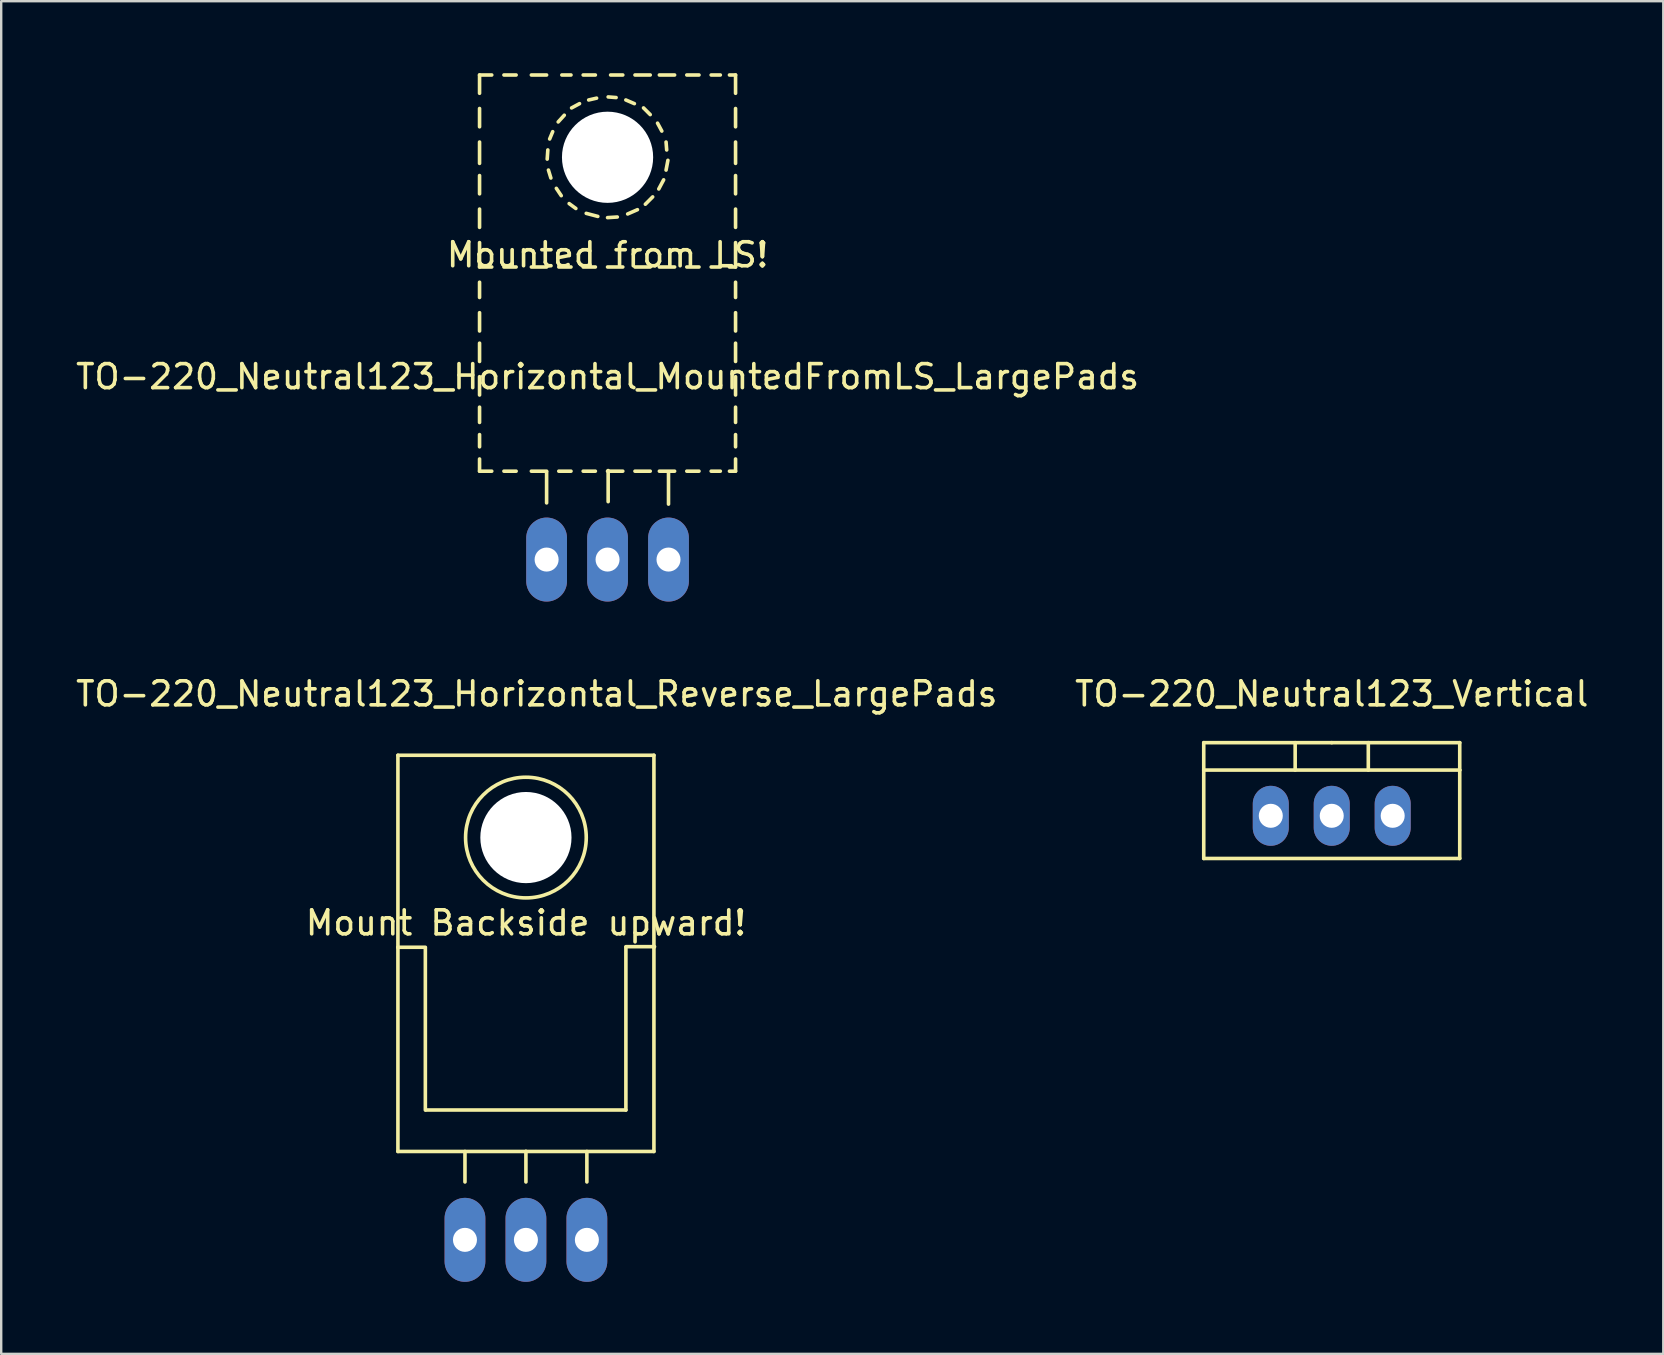
<source format=kicad_pcb>
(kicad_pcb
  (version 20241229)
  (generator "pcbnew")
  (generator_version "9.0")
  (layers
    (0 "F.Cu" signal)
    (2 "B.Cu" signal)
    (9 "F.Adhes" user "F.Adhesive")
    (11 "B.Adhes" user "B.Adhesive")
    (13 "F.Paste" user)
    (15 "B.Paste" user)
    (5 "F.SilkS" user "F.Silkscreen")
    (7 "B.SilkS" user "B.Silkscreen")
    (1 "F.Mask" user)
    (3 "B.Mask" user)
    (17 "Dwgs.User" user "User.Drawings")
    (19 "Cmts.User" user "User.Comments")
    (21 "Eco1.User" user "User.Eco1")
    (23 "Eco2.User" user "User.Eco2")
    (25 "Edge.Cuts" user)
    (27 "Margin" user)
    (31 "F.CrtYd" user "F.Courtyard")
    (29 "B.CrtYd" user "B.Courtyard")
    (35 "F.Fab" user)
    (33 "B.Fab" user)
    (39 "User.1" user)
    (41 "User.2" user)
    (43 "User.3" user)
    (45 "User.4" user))
  (footprint "TO-220_Neutral123_Horizontal_MountedFromLS_LargePads"
    (layer "F.Cu")
    (at 22.268 20.268)
    (property "Reference" "TO-220_Neutral123_Horizontal_MountedFromLS_LargePads" (at 0 -7.62 0) (layer "F.SilkS") (effects (font (size 1 1) (thickness 0.15))))
    (attr through_hole)
    (fp_line (start -5.334 -20.193) (end -5.334 -19.431) (stroke (width 0.15) (type solid)) (layer "F.SilkS"))
    (fp_line (start -5.334 -20.193) (end -4.826 -20.193) (stroke (width 0.15) (type solid)) (layer "F.SilkS"))
    (fp_line (start -5.334 -18.796) (end -5.334 -18.034) (stroke (width 0.15) (type solid)) (layer "F.SilkS"))
    (fp_line (start -5.334 -17.399) (end -5.334 -16.51) (stroke (width 0.15) (type solid)) (layer "F.SilkS"))
    (fp_line (start -5.334 -16.002) (end -5.334 -15.24) (stroke (width 0.15) (type solid)) (layer "F.SilkS"))
    (fp_line (start -5.334 -14.605) (end -5.334 -13.843) (stroke (width 0.15) (type solid)) (layer "F.SilkS"))
    (fp_line (start -5.334 -13.208) (end -5.334 -12.192) (stroke (width 0.15) (type solid)) (layer "F.SilkS"))
    (fp_line (start -5.334 -12.192) (end -4.826 -12.192) (stroke (width 0.15) (type solid)) (layer "F.SilkS"))
    (fp_line (start -5.334 -11.557) (end -5.334 -10.922) (stroke (width 0.15) (type solid)) (layer "F.SilkS"))
    (fp_line (start -5.334 -10.287) (end -5.334 -9.525) (stroke (width 0.15) (type solid)) (layer "F.SilkS"))
    (fp_line (start -5.334 -9.017) (end -5.334 -8.255) (stroke (width 0.15) (type solid)) (layer "F.SilkS"))
    (fp_line (start -5.334 -7.62) (end -5.334 -6.858) (stroke (width 0.15) (type solid)) (layer "F.SilkS"))
    (fp_line (start -5.334 -6.35) (end -5.334 -5.715) (stroke (width 0.15) (type solid)) (layer "F.SilkS"))
    (fp_line (start -5.334 -5.207) (end -5.334 -4.699) (stroke (width 0.15) (type solid)) (layer "F.SilkS"))
    (fp_line (start -5.334 -4.191) (end -5.334 -3.683) (stroke (width 0.15) (type solid)) (layer "F.SilkS"))
    (fp_line (start -5.334 -3.683) (end -4.826 -3.683) (stroke (width 0.15) (type solid)) (layer "F.SilkS"))
    (fp_line (start -4.318 -20.193) (end -3.81 -20.193) (stroke (width 0.15) (type solid)) (layer "F.SilkS"))
    (fp_line (start -4.318 -12.192) (end -3.81 -12.192) (stroke (width 0.15) (type solid)) (layer "F.SilkS"))
    (fp_line (start -4.318 -3.683) (end -3.81 -3.683) (stroke (width 0.15) (type solid)) (layer "F.SilkS"))
    (fp_line (start -3.175 -20.193) (end -2.54 -20.193) (stroke (width 0.15) (type solid)) (layer "F.SilkS"))
    (fp_line (start -3.175 -12.192) (end -2.54 -12.192) (stroke (width 0.15) (type solid)) (layer "F.SilkS"))
    (fp_line (start -3.175 -3.683) (end -2.54 -3.683) (stroke (width 0.15) (type solid)) (layer "F.SilkS"))
    (fp_line (start -2.54 -3.658) (end -2.54 -2.362) (stroke (width 0.15) (type solid)) (layer "F.SilkS"))
    (fp_line (start -2.515 -16.688) (end -2.489 -17.069) (stroke (width 0.15) (type solid)) (layer "F.SilkS"))
    (fp_line (start -2.413 -17.526) (end -2.286 -17.831) (stroke (width 0.15) (type solid)) (layer "F.SilkS"))
    (fp_line (start -2.362 -15.9) (end -2.464 -16.231) (stroke (width 0.15) (type solid)) (layer "F.SilkS"))
    (fp_line (start -2.057 -18.237) (end -1.803 -18.517) (stroke (width 0.15) (type solid)) (layer "F.SilkS"))
    (fp_line (start -2.032 -12.192) (end -1.524 -12.192) (stroke (width 0.15) (type solid)) (layer "F.SilkS"))
    (fp_line (start -2.032 -3.683) (end -1.524 -3.683) (stroke (width 0.15) (type solid)) (layer "F.SilkS"))
    (fp_line (start -1.93 -15.164) (end -2.134 -15.469) (stroke (width 0.15) (type solid)) (layer "F.SilkS"))
    (fp_line (start -1.905 -20.193) (end -1.524 -20.193) (stroke (width 0.15) (type solid)) (layer "F.SilkS"))
    (fp_line (start -1.499 -18.821) (end -1.168 -18.999) (stroke (width 0.15) (type solid)) (layer "F.SilkS"))
    (fp_line (start -1.321 -14.63) (end -1.6 -14.834) (stroke (width 0.15) (type solid)) (layer "F.SilkS"))
    (fp_line (start -1.016 -20.193) (end -0.508 -20.193) (stroke (width 0.15) (type solid)) (layer "F.SilkS"))
    (fp_line (start -1.016 -12.192) (end -0.508 -12.192) (stroke (width 0.15) (type solid)) (layer "F.SilkS"))
    (fp_line (start -1.016 -3.683) (end -0.508 -3.683) (stroke (width 0.15) (type solid)) (layer "F.SilkS"))
    (fp_line (start -0.787 -19.152) (end -0.457 -19.228) (stroke (width 0.15) (type solid)) (layer "F.SilkS"))
    (fp_line (start -0.406 -14.3) (end -0.889 -14.427) (stroke (width 0.15) (type solid)) (layer "F.SilkS"))
    (fp_line (start 0 -12.192) (end 0.635 -12.192) (stroke (width 0.15) (type solid)) (layer "F.SilkS"))
    (fp_line (start 0 -3.683) (end 0.635 -3.683) (stroke (width 0.15) (type solid)) (layer "F.SilkS"))
    (fp_line (start 0.025 -19.279) (end 0.356 -19.253) (stroke (width 0.15) (type solid)) (layer "F.SilkS"))
    (fp_line (start 0.025 -3.708) (end 0.025 -2.413) (stroke (width 0.15) (type solid)) (layer "F.SilkS"))
    (fp_line (start 0.127 -20.193) (end 0.635 -20.193) (stroke (width 0.15) (type solid)) (layer "F.SilkS"))
    (fp_line (start 0.406 -14.275) (end 0 -14.249) (stroke (width 0.15) (type solid)) (layer "F.SilkS"))
    (fp_line (start 0.762 -19.152) (end 1.118 -18.999) (stroke (width 0.15) (type solid)) (layer "F.SilkS"))
    (fp_line (start 1.143 -20.193) (end 1.778 -20.193) (stroke (width 0.15) (type solid)) (layer "F.SilkS"))
    (fp_line (start 1.143 -12.192) (end 1.778 -12.192) (stroke (width 0.15) (type solid)) (layer "F.SilkS"))
    (fp_line (start 1.143 -3.683) (end 1.778 -3.683) (stroke (width 0.15) (type solid)) (layer "F.SilkS"))
    (fp_line (start 1.245 -14.58) (end 0.838 -14.402) (stroke (width 0.15) (type solid)) (layer "F.SilkS"))
    (fp_line (start 1.499 -18.821) (end 1.778 -18.542) (stroke (width 0.15) (type solid)) (layer "F.SilkS"))
    (fp_line (start 1.88 -15.113) (end 1.575 -14.808) (stroke (width 0.15) (type solid)) (layer "F.SilkS"))
    (fp_line (start 2.083 -18.186) (end 2.261 -17.856) (stroke (width 0.15) (type solid)) (layer "F.SilkS"))
    (fp_line (start 2.159 -20.193) (end 2.794 -20.193) (stroke (width 0.15) (type solid)) (layer "F.SilkS"))
    (fp_line (start 2.159 -12.192) (end 2.794 -12.192) (stroke (width 0.15) (type solid)) (layer "F.SilkS"))
    (fp_line (start 2.159 -3.683) (end 2.794 -3.683) (stroke (width 0.15) (type solid)) (layer "F.SilkS"))
    (fp_line (start 2.337 -15.824) (end 2.134 -15.443) (stroke (width 0.15) (type solid)) (layer "F.SilkS"))
    (fp_line (start 2.438 -17.399) (end 2.464 -17.069) (stroke (width 0.15) (type solid)) (layer "F.SilkS"))
    (fp_line (start 2.515 -16.637) (end 2.438 -16.231) (stroke (width 0.15) (type solid)) (layer "F.SilkS"))
    (fp_line (start 2.54 -3.658) (end 2.54 -2.311) (stroke (width 0.15) (type solid)) (layer "F.SilkS"))
    (fp_line (start 3.302 -20.193) (end 3.81 -20.193) (stroke (width 0.15) (type solid)) (layer "F.SilkS"))
    (fp_line (start 3.302 -12.192) (end 3.81 -12.192) (stroke (width 0.15) (type solid)) (layer "F.SilkS"))
    (fp_line (start 3.302 -3.683) (end 3.81 -3.683) (stroke (width 0.15) (type solid)) (layer "F.SilkS"))
    (fp_line (start 4.318 -20.193) (end 4.699 -20.193) (stroke (width 0.15) (type solid)) (layer "F.SilkS"))
    (fp_line (start 4.318 -12.192) (end 4.699 -12.192) (stroke (width 0.15) (type solid)) (layer "F.SilkS"))
    (fp_line (start 4.318 -3.683) (end 4.699 -3.683) (stroke (width 0.15) (type solid)) (layer "F.SilkS"))
    (fp_line (start 5.08 -20.193) (end 5.334 -20.193) (stroke (width 0.15) (type solid)) (layer "F.SilkS"))
    (fp_line (start 5.08 -12.192) (end 5.334 -12.192) (stroke (width 0.15) (type solid)) (layer "F.SilkS"))
    (fp_line (start 5.08 -3.683) (end 5.334 -3.683) (stroke (width 0.15) (type solid)) (layer "F.SilkS"))
    (fp_line (start 5.334 -20.193) (end 5.334 -19.431) (stroke (width 0.15) (type solid)) (layer "F.SilkS"))
    (fp_line (start 5.334 -18.796) (end 5.334 -18.034) (stroke (width 0.15) (type solid)) (layer "F.SilkS"))
    (fp_line (start 5.334 -17.399) (end 5.334 -16.51) (stroke (width 0.15) (type solid)) (layer "F.SilkS"))
    (fp_line (start 5.334 -16.002) (end 5.334 -15.24) (stroke (width 0.15) (type solid)) (layer "F.SilkS"))
    (fp_line (start 5.334 -14.605) (end 5.334 -13.843) (stroke (width 0.15) (type solid)) (layer "F.SilkS"))
    (fp_line (start 5.334 -13.208) (end 5.334 -12.192) (stroke (width 0.15) (type solid)) (layer "F.SilkS"))
    (fp_line (start 5.334 -11.557) (end 5.334 -10.922) (stroke (width 0.15) (type solid)) (layer "F.SilkS"))
    (fp_line (start 5.334 -10.287) (end 5.334 -9.525) (stroke (width 0.15) (type solid)) (layer "F.SilkS"))
    (fp_line (start 5.334 -9.017) (end 5.334 -8.255) (stroke (width 0.15) (type solid)) (layer "F.SilkS"))
    (fp_line (start 5.334 -7.62) (end 5.334 -6.858) (stroke (width 0.15) (type solid)) (layer "F.SilkS"))
    (fp_line (start 5.334 -6.35) (end 5.334 -5.715) (stroke (width 0.15) (type solid)) (layer "F.SilkS"))
    (fp_line (start 5.334 -5.207) (end 5.334 -4.699) (stroke (width 0.15) (type solid)) (layer "F.SilkS"))
    (fp_line (start 5.334 -4.191) (end 5.334 -3.683) (stroke (width 0.15) (type solid)) (layer "F.SilkS"))
    (fp_text user "Mounted from LS!" (at 0 -12.7 0) (layer "F.SilkS") (effects (font (size 1 1) (thickness 0.15))))
    (pad "" np_thru_hole circle (at 0 -16.764 90) (size 3.8 3.8) (drill 3.8) (layers "*.Cu" "*.Mask"))
    (pad "1" thru_hole oval (at 2.54 0 90) (size 3.5 1.699) (drill 1.001) (layers "*.Cu" "*.Mask"))
    (pad "2" thru_hole oval (at 0 0 90) (size 3.5 1.699) (drill 1.001) (layers "*.Cu" "*.Mask"))
    (pad "3" thru_hole oval (at -2.54 0 90) (size 3.5 1.699) (drill 1.001) (layers "*.Cu" "*.Mask")))
  (footprint "TO-220_Neutral123_Vertical"
    (layer "F.Cu")
    (at 52.446 30.946)
    (property "Reference" "TO-220_Neutral123_Vertical" (at 0 -5.08 0) (layer "F.SilkS") (effects (font (size 1 1) (thickness 0.15))))
    (attr through_hole)
    (fp_line (start -5.334 -1.905) (end -5.334 -3.048) (stroke (width 0.15) (type solid)) (layer "F.SilkS"))
    (fp_line (start -5.334 1.778) (end -5.334 -1.905) (stroke (width 0.15) (type solid)) (layer "F.SilkS"))
    (fp_line (start -1.524 -3.048) (end -1.524 -1.905) (stroke (width 0.15) (type solid)) (layer "F.SilkS"))
    (fp_line (start 0 -3.048) (end -5.334 -3.048) (stroke (width 0.15) (type solid)) (layer "F.SilkS"))
    (fp_line (start 0 -3.048) (end 5.334 -3.048) (stroke (width 0.15) (type solid)) (layer "F.SilkS"))
    (fp_line (start 1.524 -3.048) (end 1.524 -1.905) (stroke (width 0.15) (type solid)) (layer "F.SilkS"))
    (fp_line (start 5.334 -3.048) (end 5.334 -1.905) (stroke (width 0.15) (type solid)) (layer "F.SilkS"))
    (fp_line (start 5.334 -1.905) (end -5.334 -1.905) (stroke (width 0.15) (type solid)) (layer "F.SilkS"))
    (fp_line (start 5.334 -1.905) (end 5.334 1.778) (stroke (width 0.15) (type solid)) (layer "F.SilkS"))
    (fp_line (start 5.334 1.778) (end -5.334 1.778) (stroke (width 0.15) (type solid)) (layer "F.SilkS"))
    (pad "1" thru_hole oval (at -2.54 0 90) (size 2.499 1.501) (drill 1.001) (layers "*.Cu" "*.Mask"))
    (pad "2" thru_hole oval (at 0 0 90) (size 2.499 1.501) (drill 1.001) (layers "*.Cu" "*.Mask"))
    (pad "3" thru_hole oval (at 2.54 0 90) (size 2.499 1.501) (drill 1.001) (layers "*.Cu" "*.Mask")))
  (footprint "TO-220_Neutral123_Horizontal_Reverse_LargePads"
    (layer "F.Cu")
    (at 18.866 48.617)
    (property "Reference" "TO-220_Neutral123_Horizontal_Reverse_LargePads" (at 0.45 -22.751 0) (layer "F.SilkS") (effects (font (size 1 1) (thickness 0.15))))
    (attr through_hole)
    (fp_line (start -5.334 -20.193) (end -5.334 -12.192) (stroke (width 0.15) (type solid)) (layer "F.SilkS"))
    (fp_line (start -5.334 -12.192) (end -5.334 -3.683) (stroke (width 0.15) (type solid)) (layer "F.SilkS"))
    (fp_line (start -4.191 -12.192) (end -5.334 -12.192) (stroke (width 0.15) (type solid)) (layer "F.SilkS"))
    (fp_line (start -4.191 -5.41) (end -4.191 -12.167) (stroke (width 0.15) (type solid)) (layer "F.SilkS"))
    (fp_line (start -2.54 -3.683) (end -2.54 -2.413) (stroke (width 0.15) (type solid)) (layer "F.SilkS"))
    (fp_line (start 0 -3.683) (end -5.334 -3.683) (stroke (width 0.15) (type solid)) (layer "F.SilkS"))
    (fp_line (start 0 -3.683) (end 0 -2.413) (stroke (width 0.15) (type solid)) (layer "F.SilkS"))
    (fp_line (start 0 -3.683) (end 5.334 -3.683) (stroke (width 0.15) (type solid)) (layer "F.SilkS"))
    (fp_line (start 2.54 -3.683) (end 2.54 -2.413) (stroke (width 0.15) (type solid)) (layer "F.SilkS"))
    (fp_line (start 4.166 -12.217) (end 5.359 -12.217) (stroke (width 0.15) (type solid)) (layer "F.SilkS"))
    (fp_line (start 4.166 -12.192) (end 4.166 -5.41) (stroke (width 0.15) (type solid)) (layer "F.SilkS"))
    (fp_line (start 4.166 -5.41) (end -4.166 -5.41) (stroke (width 0.15) (type solid)) (layer "F.SilkS"))
    (fp_line (start 5.334 -20.193) (end -5.334 -20.193) (stroke (width 0.15) (type solid)) (layer "F.SilkS"))
    (fp_line (start 5.334 -12.192) (end 5.334 -20.193) (stroke (width 0.15) (type solid)) (layer "F.SilkS"))
    (fp_line (start 5.334 -3.683) (end 5.334 -12.192) (stroke (width 0.15) (type solid)) (layer "F.SilkS"))
    (fp_circle (center 0 -16.764) (end 1.778 -14.986) (stroke (width 0.15) (type solid)) (fill no) (layer "F.SilkS"))
    (fp_text user "Mount Backside upward!" (at 0 -13.208 0) (layer "F.SilkS") (effects (font (size 1 1) (thickness 0.15))))
    (pad "" np_thru_hole circle (at 0 -16.764 90) (size 3.8 3.8) (drill 3.8) (layers "*.Cu" "*.Mask"))
    (pad "1" thru_hole oval (at 2.54 0 90) (size 3.5 1.699) (drill 1.001) (layers "*.Cu" "*.Mask"))
    (pad "2" thru_hole oval (at 0 0 90) (size 3.5 1.699) (drill 1.001) (layers "*.Cu" "*.Mask"))
    (pad "3" thru_hole oval (at -2.54 0 90) (size 3.5 1.699) (drill 1.001) (layers "*.Cu" "*.Mask")))
  (gr_rect
    (start -3 -3)
    (end 66.262 53.367)
    (stroke (width 0.1) (type default))
    (fill no)
    (layer "Edge.Cuts")))
</source>
